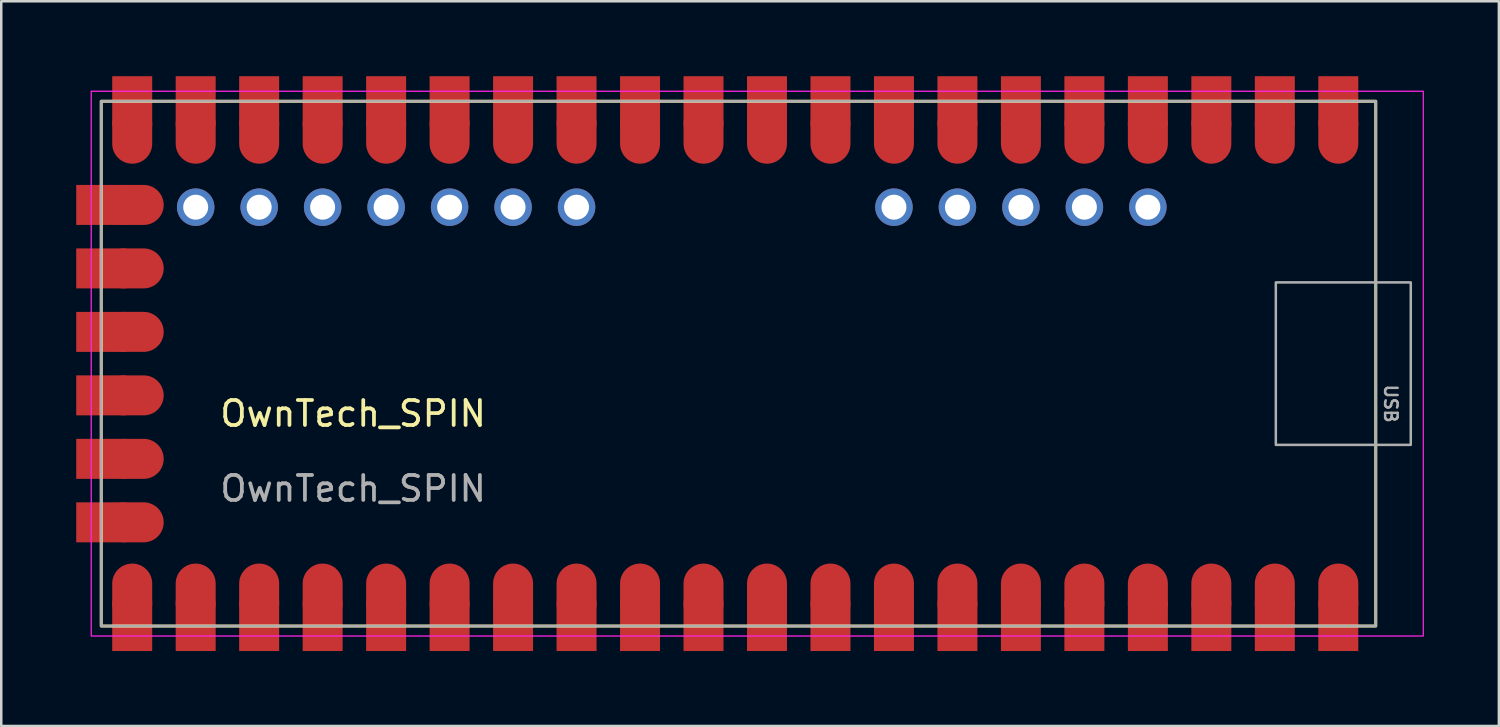
<source format=kicad_pcb>
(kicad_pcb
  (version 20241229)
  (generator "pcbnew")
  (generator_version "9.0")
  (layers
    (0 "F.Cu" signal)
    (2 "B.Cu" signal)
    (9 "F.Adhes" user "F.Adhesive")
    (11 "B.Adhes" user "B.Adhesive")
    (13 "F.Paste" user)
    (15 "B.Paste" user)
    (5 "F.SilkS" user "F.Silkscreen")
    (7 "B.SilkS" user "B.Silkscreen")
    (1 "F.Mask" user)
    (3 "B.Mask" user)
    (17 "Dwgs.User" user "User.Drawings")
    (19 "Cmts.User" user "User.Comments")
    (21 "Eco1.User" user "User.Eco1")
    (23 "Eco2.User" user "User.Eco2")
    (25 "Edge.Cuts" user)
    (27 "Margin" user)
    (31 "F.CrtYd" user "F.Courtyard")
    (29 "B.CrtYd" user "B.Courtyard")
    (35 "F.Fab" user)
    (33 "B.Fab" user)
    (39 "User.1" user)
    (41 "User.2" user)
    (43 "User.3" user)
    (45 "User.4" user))
  (footprint "OwnTech_SPIN"
    (layer "F.Cu")
    (at 1 1)
    (property "Reference" "OwnTech_SPIN" (at 10.08 12.5 0) (unlocked yes) (layer "F.SilkS") (effects (font (size 1 1) (thickness 0.15))))
    (attr smd)
    (fp_rect (start 0 0) (end 51 21) (stroke (width 0.12) (type solid)) (fill no) (layer "F.SilkS"))
    (fp_rect (start -0.4 -0.4) (end 52.9 21.4) (stroke (width 0.05) (type solid)) (fill no) (layer "F.CrtYd"))
    (fp_rect (start 0 0) (end 51 21) (stroke (width 0.1) (type solid)) (fill no) (layer "F.Fab"))
    (fp_rect (start 47 7.25) (end 52.4 13.75) (stroke (width 0.1) (type solid)) (fill no) (layer "F.Fab"))
    (fp_text user "${REFERENCE}" (at 10.08 15.5 0) (unlocked yes) (layer "F.Fab") (effects (font (size 1 1) (thickness 0.15))))
    (fp_text user "USB" (at 51.6 12.1 270) (unlocked yes) (layer "F.Fab") (effects (font (size 0.5 0.5) (thickness 0.1))))
    (pad "1" smd rect (at 49.5 0) (size 1.6 2) (layers "F.Cu" "F.Mask" "F.Paste"))
    (pad "1" smd oval (at 49.5 1.7) (size 1.6 2.4) (drill (offset 0 -0.4)) (layers "F.Cu" "F.Mask" "F.Paste"))
    (pad "2" smd rect (at 46.96 0) (size 1.6 2) (layers "F.Cu" "F.Mask" "F.Paste"))
    (pad "2" smd oval (at 46.96 1.7) (size 1.6 2.4) (drill (offset 0 -0.4)) (layers "F.Cu" "F.Mask" "F.Paste"))
    (pad "3" smd rect (at 44.42 0) (size 1.6 2) (layers "F.Cu" "F.Mask" "F.Paste"))
    (pad "3" smd oval (at 44.42 1.7) (size 1.6 2.4) (drill (offset 0 -0.4)) (layers "F.Cu" "F.Mask" "F.Paste"))
    (pad "4" smd rect (at 41.88 0) (size 1.6 2) (layers "F.Cu" "F.Mask" "F.Paste"))
    (pad "4" smd oval (at 41.88 1.7) (size 1.6 2.4) (drill (offset 0 -0.4)) (layers "F.Cu" "F.Mask" "F.Paste"))
    (pad "5" smd rect (at 39.34 0) (size 1.6 2) (layers "F.Cu" "F.Mask" "F.Paste"))
    (pad "5" smd oval (at 39.34 1.7) (size 1.6 2.4) (drill (offset 0 -0.4)) (layers "F.Cu" "F.Mask" "F.Paste"))
    (pad "6" smd rect (at 36.8 0) (size 1.6 2) (layers "F.Cu" "F.Mask" "F.Paste"))
    (pad "6" smd oval (at 36.8 1.7) (size 1.6 2.4) (drill (offset 0 -0.4)) (layers "F.Cu" "F.Mask" "F.Paste"))
    (pad "7" smd rect (at 34.26 0) (size 1.6 2) (layers "F.Cu" "F.Mask" "F.Paste"))
    (pad "7" smd oval (at 34.26 1.7) (size 1.6 2.4) (drill (offset 0 -0.4)) (layers "F.Cu" "F.Mask" "F.Paste"))
    (pad "8" smd rect (at 31.72 0) (size 1.6 2) (layers "F.Cu" "F.Mask" "F.Paste"))
    (pad "8" smd oval (at 31.72 1.7) (size 1.6 2.4) (drill (offset 0 -0.4)) (layers "F.Cu" "F.Mask" "F.Paste"))
    (pad "9" smd rect (at 29.18 0) (size 1.6 2) (layers "F.Cu" "F.Mask" "F.Paste"))
    (pad "9" smd oval (at 29.18 1.7) (size 1.6 2.4) (drill (offset 0 -0.4)) (layers "F.Cu" "F.Mask" "F.Paste"))
    (pad "10" smd rect (at 26.64 0) (size 1.6 2) (layers "F.Cu" "F.Mask" "F.Paste"))
    (pad "10" smd oval (at 26.64 1.7) (size 1.6 2.4) (drill (offset 0 -0.4)) (layers "F.Cu" "F.Mask" "F.Paste"))
    (pad "11" smd rect (at 24.1 0) (size 1.6 2) (layers "F.Cu" "F.Mask" "F.Paste"))
    (pad "11" smd oval (at 24.1 1.7) (size 1.6 2.4) (drill (offset 0 -0.4)) (layers "F.Cu" "F.Mask" "F.Paste"))
    (pad "12" smd rect (at 21.56 0) (size 1.6 2) (layers "F.Cu" "F.Mask" "F.Paste"))
    (pad "12" smd oval (at 21.56 1.7) (size 1.6 2.4) (drill (offset 0 -0.4)) (layers "F.Cu" "F.Mask" "F.Paste"))
    (pad "13" smd rect (at 19.02 0) (size 1.6 2) (layers "F.Cu" "F.Mask" "F.Paste"))
    (pad "13" smd oval (at 19.02 1.7) (size 1.6 2.4) (drill (offset 0 -0.4)) (layers "F.Cu" "F.Mask" "F.Paste"))
    (pad "14" smd rect (at 16.48 0) (size 1.6 2) (layers "F.Cu" "F.Mask" "F.Paste"))
    (pad "14" smd oval (at 16.48 1.7) (size 1.6 2.4) (drill (offset 0 -0.4)) (layers "F.Cu" "F.Mask" "F.Paste"))
    (pad "15" smd rect (at 13.94 0) (size 1.6 2) (layers "F.Cu" "F.Mask" "F.Paste"))
    (pad "15" smd oval (at 13.94 1.7) (size 1.6 2.4) (drill (offset 0 -0.4)) (layers "F.Cu" "F.Mask" "F.Paste"))
    (pad "16" smd rect (at 11.4 0) (size 1.6 2) (layers "F.Cu" "F.Mask" "F.Paste"))
    (pad "16" smd oval (at 11.4 1.7) (size 1.6 2.4) (drill (offset 0 -0.4)) (layers "F.Cu" "F.Mask" "F.Paste"))
    (pad "17" smd rect (at 8.86 0) (size 1.6 2) (layers "F.Cu" "F.Mask" "F.Paste"))
    (pad "17" smd oval (at 8.86 1.7) (size 1.6 2.4) (drill (offset 0 -0.4)) (layers "F.Cu" "F.Mask" "F.Paste"))
    (pad "18" smd rect (at 6.32 0) (size 1.6 2) (layers "F.Cu" "F.Mask" "F.Paste"))
    (pad "18" smd oval (at 6.32 1.7) (size 1.6 2.4) (drill (offset 0 -0.4)) (layers "F.Cu" "F.Mask" "F.Paste"))
    (pad "19" smd rect (at 3.78 0) (size 1.6 2) (layers "F.Cu" "F.Mask" "F.Paste"))
    (pad "19" smd oval (at 3.78 1.7) (size 1.6 2.4) (drill (offset 0 -0.4)) (layers "F.Cu" "F.Mask" "F.Paste"))
    (pad "20" smd rect (at 1.24 0) (size 1.6 2) (layers "F.Cu" "F.Mask" "F.Paste"))
    (pad "20" smd oval (at 1.24 1.7) (size 1.6 2.4) (drill (offset 0 -0.4)) (layers "F.Cu" "F.Mask" "F.Paste"))
    (pad "21" smd rect (at 0 4.15 90) (size 1.6 2) (layers "F.Cu" "F.Mask" "F.Paste"))
    (pad "21" smd oval (at 1.7 4.15 90) (size 1.6 2.4) (drill (offset 0 -0.4)) (layers "F.Cu" "F.Mask" "F.Paste"))
    (pad "22" smd rect (at 0 6.69 90) (size 1.6 2) (layers "F.Cu" "F.Mask" "F.Paste"))
    (pad "22" smd oval (at 1.7 6.69 90) (size 1.6 2.4) (drill (offset 0 -0.4)) (layers "F.Cu" "F.Mask" "F.Paste"))
    (pad "23" smd rect (at 0 9.23 90) (size 1.6 2) (layers "F.Cu" "F.Mask" "F.Paste"))
    (pad "23" smd oval (at 1.7 9.23 90) (size 1.6 2.4) (drill (offset 0 -0.4)) (layers "F.Cu" "F.Mask" "F.Paste"))
    (pad "24" smd rect (at 0 11.77 90) (size 1.6 2) (layers "F.Cu" "F.Mask" "F.Paste"))
    (pad "24" smd oval (at 1.7 11.77 90) (size 1.6 2.4) (drill (offset 0 -0.4)) (layers "F.Cu" "F.Mask" "F.Paste"))
    (pad "25" smd rect (at 0 14.31 90) (size 1.6 2) (layers "F.Cu" "F.Mask" "F.Paste"))
    (pad "25" smd oval (at 1.7 14.31 90) (size 1.6 2.4) (drill (offset 0 -0.4)) (layers "F.Cu" "F.Mask" "F.Paste"))
    (pad "26" smd rect (at 0 16.85 90) (size 1.6 2) (layers "F.Cu" "F.Mask" "F.Paste"))
    (pad "26" smd oval (at 1.7 16.85 90) (size 1.6 2.4) (drill (offset 0 -0.4)) (layers "F.Cu" "F.Mask" "F.Paste"))
    (pad "27" smd oval (at 1.24 19.3 180) (size 1.6 2.4) (drill (offset 0 -0.4)) (layers "F.Cu" "F.Mask" "F.Paste"))
    (pad "27" smd rect (at 1.24 21 180) (size 1.6 2) (layers "F.Cu" "F.Mask" "F.Paste"))
    (pad "28" smd oval (at 3.78 19.3 180) (size 1.6 2.4) (drill (offset 0 -0.4)) (layers "F.Cu" "F.Mask" "F.Paste"))
    (pad "28" smd rect (at 3.78 21 180) (size 1.6 2) (layers "F.Cu" "F.Mask" "F.Paste"))
    (pad "29" smd oval (at 6.32 19.3 180) (size 1.6 2.4) (drill (offset 0 -0.4)) (layers "F.Cu" "F.Mask" "F.Paste"))
    (pad "29" smd rect (at 6.32 21 180) (size 1.6 2) (layers "F.Cu" "F.Mask" "F.Paste"))
    (pad "30" smd oval (at 8.86 19.3 180) (size 1.6 2.4) (drill (offset 0 -0.4)) (layers "F.Cu" "F.Mask" "F.Paste"))
    (pad "30" smd rect (at 8.86 21 180) (size 1.6 2) (layers "F.Cu" "F.Mask" "F.Paste"))
    (pad "31" smd oval (at 11.4 19.3 180) (size 1.6 2.4) (drill (offset 0 -0.4)) (layers "F.Cu" "F.Mask" "F.Paste"))
    (pad "31" smd rect (at 11.4 21 180) (size 1.6 2) (layers "F.Cu" "F.Mask" "F.Paste"))
    (pad "32" smd oval (at 13.94 19.3 180) (size 1.6 2.4) (drill (offset 0 -0.4)) (layers "F.Cu" "F.Mask" "F.Paste"))
    (pad "32" smd rect (at 13.94 21 180) (size 1.6 2) (layers "F.Cu" "F.Mask" "F.Paste"))
    (pad "33" smd oval (at 16.48 19.3 180) (size 1.6 2.4) (drill (offset 0 -0.4)) (layers "F.Cu" "F.Mask" "F.Paste"))
    (pad "33" smd rect (at 16.48 21 180) (size 1.6 2) (layers "F.Cu" "F.Mask" "F.Paste"))
    (pad "34" smd oval (at 19.02 19.3 180) (size 1.6 2.4) (drill (offset 0 -0.4)) (layers "F.Cu" "F.Mask" "F.Paste"))
    (pad "34" smd rect (at 19.02 21 180) (size 1.6 2) (layers "F.Cu" "F.Mask" "F.Paste"))
    (pad "35" smd oval (at 21.56 19.3 180) (size 1.6 2.4) (drill (offset 0 -0.4)) (layers "F.Cu" "F.Mask" "F.Paste"))
    (pad "35" smd rect (at 21.56 21 180) (size 1.6 2) (layers "F.Cu" "F.Mask" "F.Paste"))
    (pad "36" smd oval (at 24.1 19.3 180) (size 1.6 2.4) (drill (offset 0 -0.4)) (layers "F.Cu" "F.Mask" "F.Paste"))
    (pad "36" smd rect (at 24.1 21 180) (size 1.6 2) (layers "F.Cu" "F.Mask" "F.Paste"))
    (pad "37" smd oval (at 26.64 19.3 180) (size 1.6 2.4) (drill (offset 0 -0.4)) (layers "F.Cu" "F.Mask" "F.Paste"))
    (pad "37" smd rect (at 26.64 21 180) (size 1.6 2) (layers "F.Cu" "F.Mask" "F.Paste"))
    (pad "38" smd oval (at 29.18 19.3 180) (size 1.6 2.4) (drill (offset 0 -0.4)) (layers "F.Cu" "F.Mask" "F.Paste"))
    (pad "38" smd rect (at 29.18 21 180) (size 1.6 2) (layers "F.Cu" "F.Mask" "F.Paste"))
    (pad "39" smd oval (at 31.72 19.3 180) (size 1.6 2.4) (drill (offset 0 -0.4)) (layers "F.Cu" "F.Mask" "F.Paste"))
    (pad "39" smd rect (at 31.72 21 180) (size 1.6 2) (layers "F.Cu" "F.Mask" "F.Paste"))
    (pad "40" smd oval (at 34.26 19.3 180) (size 1.6 2.4) (drill (offset 0 -0.4)) (layers "F.Cu" "F.Mask" "F.Paste"))
    (pad "40" smd rect (at 34.26 21 180) (size 1.6 2) (layers "F.Cu" "F.Mask" "F.Paste"))
    (pad "41" smd oval (at 36.8 19.3 180) (size 1.6 2.4) (drill (offset 0 -0.4)) (layers "F.Cu" "F.Mask" "F.Paste"))
    (pad "41" smd rect (at 36.8 21 180) (size 1.6 2) (layers "F.Cu" "F.Mask" "F.Paste"))
    (pad "42" smd oval (at 39.34 19.3 180) (size 1.6 2.4) (drill (offset 0 -0.4)) (layers "F.Cu" "F.Mask" "F.Paste"))
    (pad "42" smd rect (at 39.34 21 180) (size 1.6 2) (layers "F.Cu" "F.Mask" "F.Paste"))
    (pad "43" smd oval (at 41.88 19.3 180) (size 1.6 2.4) (drill (offset 0 -0.4)) (layers "F.Cu" "F.Mask" "F.Paste"))
    (pad "43" smd rect (at 41.88 21 180) (size 1.6 2) (layers "F.Cu" "F.Mask" "F.Paste"))
    (pad "44" smd oval (at 44.42 19.3 180) (size 1.6 2.4) (drill (offset 0 -0.4)) (layers "F.Cu" "F.Mask" "F.Paste"))
    (pad "44" smd rect (at 44.42 21 180) (size 1.6 2) (layers "F.Cu" "F.Mask" "F.Paste"))
    (pad "45" smd oval (at 46.96 19.3 180) (size 1.6 2.4) (drill (offset 0 -0.4)) (layers "F.Cu" "F.Mask" "F.Paste"))
    (pad "45" smd rect (at 46.96 21 180) (size 1.6 2) (layers "F.Cu" "F.Mask" "F.Paste"))
    (pad "46" smd oval (at 49.5 19.3 180) (size 1.6 2.4) (drill (offset 0 -0.4)) (layers "F.Cu" "F.Mask" "F.Paste"))
    (pad "46" smd rect (at 49.5 21 180) (size 1.6 2) (layers "F.Cu" "F.Mask" "F.Paste"))
    (pad "47" thru_hole circle (at 41.88 4.24 270) (size 1.5 1.5) (drill 1) (layers "*.Cu" "*.Mask"))
    (pad "48" thru_hole circle (at 39.34 4.24 270) (size 1.5 1.5) (drill 1) (layers "*.Cu" "*.Mask"))
    (pad "49" thru_hole circle (at 36.8 4.24 270) (size 1.5 1.5) (drill 1) (layers "*.Cu" "*.Mask"))
    (pad "50" thru_hole circle (at 34.26 4.24 270) (size 1.5 1.5) (drill 1) (layers "*.Cu" "*.Mask"))
    (pad "51" thru_hole circle (at 31.72 4.24 270) (size 1.5 1.5) (drill 1) (layers "*.Cu" "*.Mask"))
    (pad "52" thru_hole circle (at 19.02 4.24 270) (size 1.5 1.5) (drill 1) (layers "*.Cu" "*.Mask"))
    (pad "53" thru_hole circle (at 16.48 4.24 270) (size 1.5 1.5) (drill 1) (layers "*.Cu" "*.Mask"))
    (pad "54" thru_hole circle (at 13.94 4.24 270) (size 1.5 1.5) (drill 1) (layers "*.Cu" "*.Mask"))
    (pad "55" thru_hole circle (at 11.4 4.24 270) (size 1.5 1.5) (drill 1) (layers "*.Cu" "*.Mask"))
    (pad "56" thru_hole circle (at 8.86 4.24 270) (size 1.5 1.5) (drill 1) (layers "*.Cu" "*.Mask"))
    (pad "57" thru_hole circle (at 6.32 4.24 270) (size 1.5 1.5) (drill 1) (layers "*.Cu" "*.Mask"))
    (pad "58" thru_hole circle (at 3.78 4.24 270) (size 1.5 1.5) (drill 1) (layers "*.Cu" "*.Mask")))
  (gr_rect
    (start -3 -3)
    (end 56.925 26)
    (stroke (width 0.1) (type default))
    (fill no)
    (layer "Edge.Cuts")))
</source>
